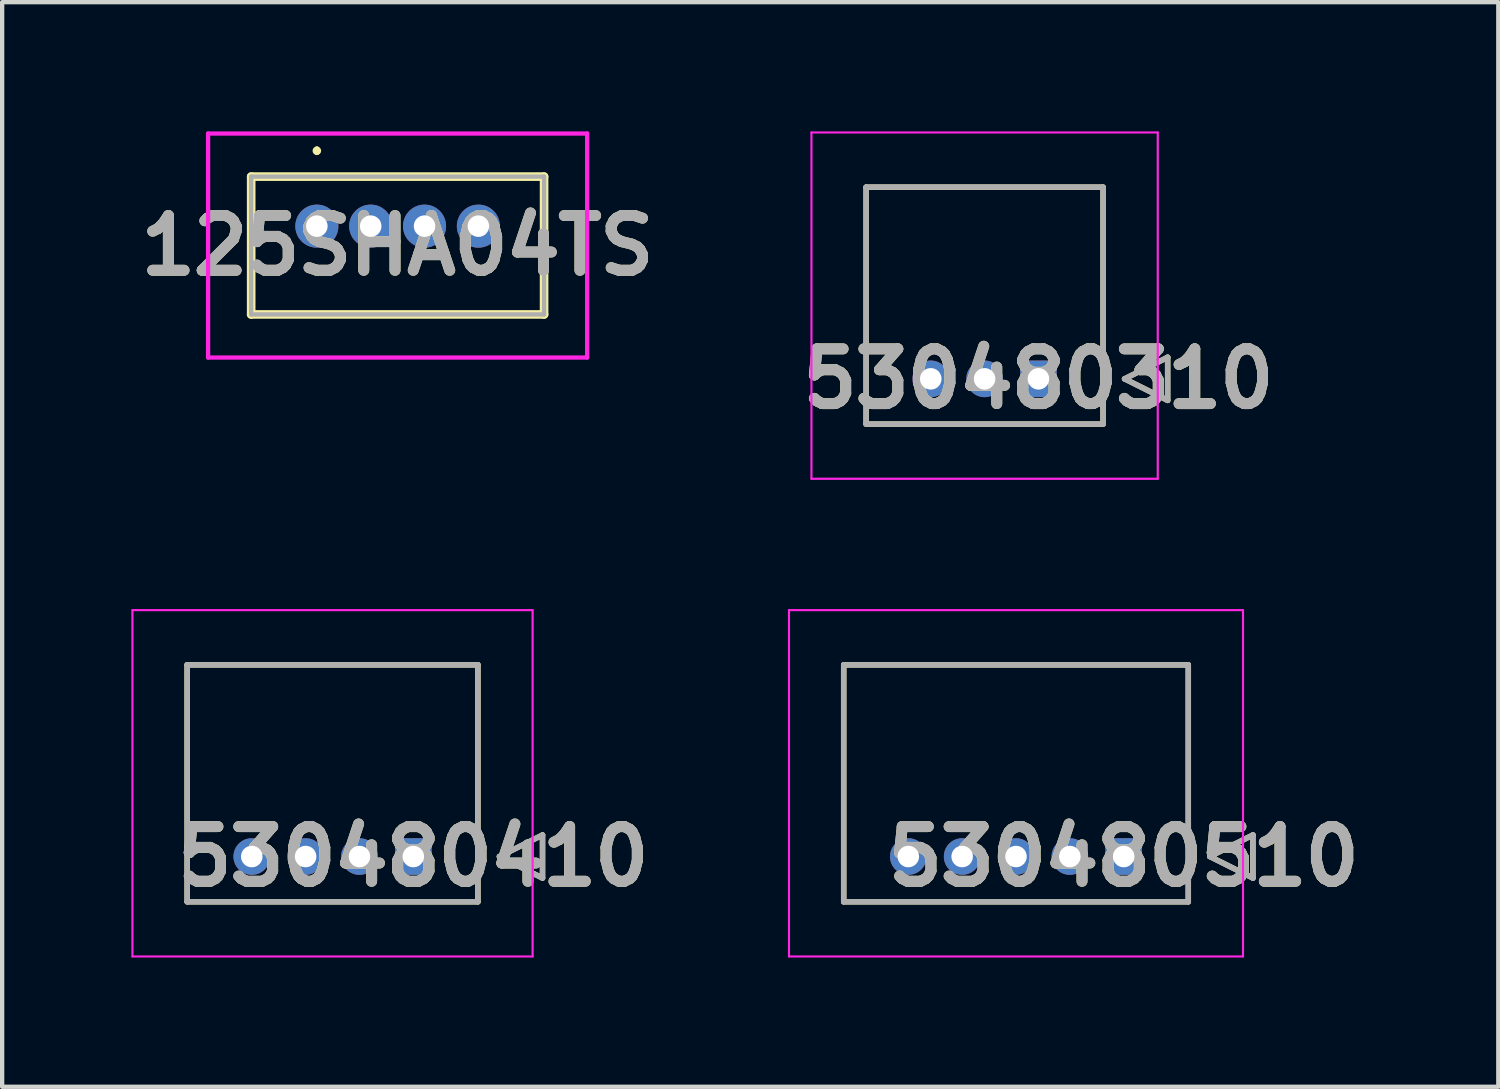
<source format=kicad_pcb>
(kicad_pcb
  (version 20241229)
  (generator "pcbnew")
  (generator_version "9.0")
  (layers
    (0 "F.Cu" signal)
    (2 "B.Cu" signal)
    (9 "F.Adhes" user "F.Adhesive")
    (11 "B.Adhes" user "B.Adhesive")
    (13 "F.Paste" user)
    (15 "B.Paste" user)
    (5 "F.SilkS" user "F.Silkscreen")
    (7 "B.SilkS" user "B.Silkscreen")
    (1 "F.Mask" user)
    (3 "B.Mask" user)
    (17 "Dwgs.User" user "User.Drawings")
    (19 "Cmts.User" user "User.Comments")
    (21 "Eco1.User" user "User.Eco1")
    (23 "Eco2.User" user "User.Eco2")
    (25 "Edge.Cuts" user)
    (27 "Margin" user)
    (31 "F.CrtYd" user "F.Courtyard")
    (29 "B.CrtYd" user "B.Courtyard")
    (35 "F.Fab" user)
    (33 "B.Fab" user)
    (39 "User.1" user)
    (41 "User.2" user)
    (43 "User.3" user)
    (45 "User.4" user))
  (footprint "530480310"
    (layer "F.Cu")
    (at 21.058 5.745)
    (property "Reference" "530480310" (at 0 0 0) (layer "F.SilkS") (effects (font (size 1.27 1.27) (thickness 0.254))))
    (attr through_hole)
    (fp_line (start -4 -4.45) (end 1.5 -4.45) (stroke (width 0.127) (type solid)) (layer "F.SilkS"))
    (fp_line (start -4 1.05) (end -4 -4.45) (stroke (width 0.127) (type solid)) (layer "F.SilkS"))
    (fp_line (start 1.5 -4.45) (end 1.5 1.05) (stroke (width 0.127) (type solid)) (layer "F.SilkS"))
    (fp_line (start 1.5 1.05) (end -4 1.05) (stroke (width 0.127) (type solid)) (layer "F.SilkS"))
    (fp_line (start 2 0) (end 3 -0.5) (stroke (width 0.127) (type solid)) (layer "F.SilkS"))
    (fp_line (start 3 -0.5) (end 3 0.5) (stroke (width 0.127) (type solid)) (layer "F.SilkS"))
    (fp_line (start 3 0.5) (end 2 0) (stroke (width 0.127) (type solid)) (layer "F.SilkS"))
    (fp_line (start -5.27 -5.72) (end 2.77 -5.72) (stroke (width 0.05) (type solid)) (layer "F.CrtYd"))
    (fp_line (start -5.27 2.32) (end -5.27 -5.72) (stroke (width 0.05) (type solid)) (layer "F.CrtYd"))
    (fp_line (start 2.77 -5.72) (end 2.77 2.32) (stroke (width 0.05) (type solid)) (layer "F.CrtYd"))
    (fp_line (start 2.77 2.32) (end -5.27 2.32) (stroke (width 0.05) (type solid)) (layer "F.CrtYd"))
    (fp_line (start -4 -4.45) (end 1.5 -4.45) (stroke (width 0.127) (type solid)) (layer "F.Fab"))
    (fp_line (start -4 1.05) (end -4 -4.45) (stroke (width 0.127) (type solid)) (layer "F.Fab"))
    (fp_line (start 1.5 -4.45) (end 1.5 1.05) (stroke (width 0.127) (type solid)) (layer "F.Fab"))
    (fp_line (start 1.5 1.05) (end -4 1.05) (stroke (width 0.127) (type solid)) (layer "F.Fab"))
    (fp_line (start 2 0) (end 3 -0.5) (stroke (width 0.127) (type solid)) (layer "F.Fab"))
    (fp_line (start 3 -0.5) (end 3 0.5) (stroke (width 0.127) (type solid)) (layer "F.Fab"))
    (fp_line (start 3 0.5) (end 2 0) (stroke (width 0.127) (type solid)) (layer "F.Fab"))
    (fp_text user "${REFERENCE}" (at 0 0 0) (layer "F.Fab") (effects (font (size 1.27 1.27) (thickness 0.254))))
    (pad "1" thru_hole rect (at 0 0) (size 0.85 0.85) (drill 0.5) (layers "*.Cu" "*.Mask"))
    (pad "2" thru_hole circle (at -1.25 0) (size 0.85 0.85) (drill 0.5) (layers "*.Cu" "*.Mask"))
    (pad "3" thru_hole circle (at -2.5 0) (size 0.85 0.85) (drill 0.5) (layers "*.Cu" "*.Mask")))
  (footprint "125SHA04TS"
    (layer "F.Cu")
    (at 4.306 2.2)
    (property "Reference" "125SHA04TS" (at 1.875 0.45 0) (layer "F.SilkS") (effects (font (size 1.27 1.27) (thickness 0.254))))
    (attr through_hole)
    (fp_line (start -1.525 -1.15) (end 5.275 -1.15) (stroke (width 0.2) (type solid)) (layer "F.SilkS"))
    (fp_line (start -1.525 2.05) (end -1.525 -1.15) (stroke (width 0.2) (type solid)) (layer "F.SilkS"))
    (fp_line (start 0 -1.8) (end 0 -1.8) (stroke (width 0.1) (type solid)) (layer "F.SilkS"))
    (fp_line (start 0 -1.7) (end 0 -1.7) (stroke (width 0.1) (type solid)) (layer "F.SilkS"))
    (fp_line (start 5.275 -1.15) (end 5.275 2.05) (stroke (width 0.2) (type solid)) (layer "F.SilkS"))
    (fp_line (start 5.275 2.05) (end -1.525 2.05) (stroke (width 0.2) (type solid)) (layer "F.SilkS"))
    (fp_arc (start 0 -1.8) (mid 0.05 -1.75) (end 0 -1.7) (stroke (width 0.1) (type solid)) (layer "F.SilkS"))
    (fp_arc (start 0 -1.7) (mid -0.05 -1.75) (end 0 -1.8) (stroke (width 0.1) (type solid)) (layer "F.SilkS"))
    (fp_line (start -2.525 -2.15) (end 6.275 -2.15) (stroke (width 0.1) (type solid)) (layer "F.CrtYd"))
    (fp_line (start -2.525 3.05) (end -2.525 -2.15) (stroke (width 0.1) (type solid)) (layer "F.CrtYd"))
    (fp_line (start 6.275 -2.15) (end 6.275 3.05) (stroke (width 0.1) (type solid)) (layer "F.CrtYd"))
    (fp_line (start 6.275 3.05) (end -2.525 3.05) (stroke (width 0.1) (type solid)) (layer "F.CrtYd"))
    (fp_line (start -1.525 -1.15) (end 5.275 -1.15) (stroke (width 0.1) (type solid)) (layer "F.Fab"))
    (fp_line (start -1.525 2.05) (end -1.525 -1.15) (stroke (width 0.1) (type solid)) (layer "F.Fab"))
    (fp_line (start 5.275 -1.15) (end 5.275 2.05) (stroke (width 0.1) (type solid)) (layer "F.Fab"))
    (fp_line (start 5.275 2.05) (end -1.525 2.05) (stroke (width 0.1) (type solid)) (layer "F.Fab"))
    (fp_text user "${REFERENCE}" (at 1.875 0.45 0) (layer "F.Fab") (effects (font (size 1.27 1.27) (thickness 0.254))))
    (pad "1" thru_hole circle (at 0 0) (size 1 1) (drill 0.5) (layers "*.Cu" "*.Mask"))
    (pad "2" thru_hole circle (at 1.25 0) (size 1 1) (drill 0.5) (layers "*.Cu" "*.Mask"))
    (pad "3" thru_hole circle (at 2.5 0) (size 1 1) (drill 0.5) (layers "*.Cu" "*.Mask"))
    (pad "4" thru_hole circle (at 3.75 0) (size 1 1) (drill 0.5) (layers "*.Cu" "*.Mask")))
  (footprint "530480410"
    (layer "F.Cu")
    (at 6.545 16.835)
    (property "Reference" "530480410" (at 0 0 0) (layer "F.SilkS") (effects (font (size 1.27 1.27) (thickness 0.254))))
    (attr through_hole)
    (fp_line (start -5.25 -4.45) (end 1.5 -4.45) (stroke (width 0.127) (type solid)) (layer "F.SilkS"))
    (fp_line (start -5.25 1.05) (end -5.25 -4.45) (stroke (width 0.127) (type solid)) (layer "F.SilkS"))
    (fp_line (start 1.5 -4.45) (end 1.5 1.05) (stroke (width 0.127) (type solid)) (layer "F.SilkS"))
    (fp_line (start 1.5 1.05) (end -5.25 1.05) (stroke (width 0.127) (type solid)) (layer "F.SilkS"))
    (fp_line (start 2 0) (end 3 -0.5) (stroke (width 0.127) (type solid)) (layer "F.SilkS"))
    (fp_line (start 3 -0.5) (end 3 0.5) (stroke (width 0.127) (type solid)) (layer "F.SilkS"))
    (fp_line (start 3 0.5) (end 2 0) (stroke (width 0.127) (type solid)) (layer "F.SilkS"))
    (fp_line (start -6.52 -5.72) (end 2.77 -5.72) (stroke (width 0.05) (type solid)) (layer "F.CrtYd"))
    (fp_line (start -6.52 2.32) (end -6.52 -5.72) (stroke (width 0.05) (type solid)) (layer "F.CrtYd"))
    (fp_line (start 2.77 -5.72) (end 2.77 2.32) (stroke (width 0.05) (type solid)) (layer "F.CrtYd"))
    (fp_line (start 2.77 2.32) (end -6.52 2.32) (stroke (width 0.05) (type solid)) (layer "F.CrtYd"))
    (fp_line (start -5.25 -4.45) (end 1.5 -4.45) (stroke (width 0.127) (type solid)) (layer "F.Fab"))
    (fp_line (start -5.25 1.05) (end -5.25 -4.45) (stroke (width 0.127) (type solid)) (layer "F.Fab"))
    (fp_line (start 1.5 -4.45) (end 1.5 1.05) (stroke (width 0.127) (type solid)) (layer "F.Fab"))
    (fp_line (start 1.5 1.05) (end -5.25 1.05) (stroke (width 0.127) (type solid)) (layer "F.Fab"))
    (fp_line (start 2 0) (end 3 -0.5) (stroke (width 0.127) (type solid)) (layer "F.Fab"))
    (fp_line (start 3 -0.5) (end 3 0.5) (stroke (width 0.127) (type solid)) (layer "F.Fab"))
    (fp_line (start 3 0.5) (end 2 0) (stroke (width 0.127) (type solid)) (layer "F.Fab"))
    (fp_text user "${REFERENCE}" (at 0 0 0) (layer "F.Fab") (effects (font (size 1.27 1.27) (thickness 0.254))))
    (pad "1" thru_hole rect (at 0 0) (size 0.85 0.85) (drill 0.5) (layers "*.Cu" "*.Mask"))
    (pad "2" thru_hole circle (at -1.25 0) (size 0.85 0.85) (drill 0.5) (layers "*.Cu" "*.Mask"))
    (pad "3" thru_hole circle (at -2.5 0) (size 0.85 0.85) (drill 0.5) (layers "*.Cu" "*.Mask"))
    (pad "4" thru_hole circle (at -3.75 0) (size 0.85 0.85) (drill 0.5) (layers "*.Cu" "*.Mask")))
  (footprint "530480510"
    (layer "F.Cu")
    (at 23.037 16.835)
    (property "Reference" "530480510" (at 0 0 0) (layer "F.SilkS") (effects (font (size 1.27 1.27) (thickness 0.254))))
    (attr through_hole)
    (fp_line (start -6.5 -4.45) (end 1.5 -4.45) (stroke (width 0.127) (type solid)) (layer "F.SilkS"))
    (fp_line (start -6.5 1.05) (end -6.5 -4.45) (stroke (width 0.127) (type solid)) (layer "F.SilkS"))
    (fp_line (start 1.5 -4.45) (end 1.5 1.05) (stroke (width 0.127) (type solid)) (layer "F.SilkS"))
    (fp_line (start 1.5 1.05) (end -6.5 1.05) (stroke (width 0.127) (type solid)) (layer "F.SilkS"))
    (fp_line (start 2 0) (end 3 -0.5) (stroke (width 0.127) (type solid)) (layer "F.SilkS"))
    (fp_line (start 3 -0.5) (end 3 0.5) (stroke (width 0.127) (type solid)) (layer "F.SilkS"))
    (fp_line (start 3 0.5) (end 2 0) (stroke (width 0.127) (type solid)) (layer "F.SilkS"))
    (fp_line (start -7.77 -5.72) (end 2.77 -5.72) (stroke (width 0.05) (type solid)) (layer "F.CrtYd"))
    (fp_line (start -7.77 2.32) (end -7.77 -5.72) (stroke (width 0.05) (type solid)) (layer "F.CrtYd"))
    (fp_line (start 2.77 -5.72) (end 2.77 2.32) (stroke (width 0.05) (type solid)) (layer "F.CrtYd"))
    (fp_line (start 2.77 2.32) (end -7.77 2.32) (stroke (width 0.05) (type solid)) (layer "F.CrtYd"))
    (fp_line (start -6.5 -4.45) (end 1.5 -4.45) (stroke (width 0.127) (type solid)) (layer "F.Fab"))
    (fp_line (start -6.5 1.05) (end -6.5 -4.45) (stroke (width 0.127) (type solid)) (layer "F.Fab"))
    (fp_line (start 1.5 -4.45) (end 1.5 1.05) (stroke (width 0.127) (type solid)) (layer "F.Fab"))
    (fp_line (start 1.5 1.05) (end -6.5 1.05) (stroke (width 0.127) (type solid)) (layer "F.Fab"))
    (fp_line (start 2 0) (end 3 -0.5) (stroke (width 0.127) (type solid)) (layer "F.Fab"))
    (fp_line (start 3 -0.5) (end 3 0.5) (stroke (width 0.127) (type solid)) (layer "F.Fab"))
    (fp_line (start 3 0.5) (end 2 0) (stroke (width 0.127) (type solid)) (layer "F.Fab"))
    (fp_text user "${REFERENCE}" (at 0 0 0) (layer "F.Fab") (effects (font (size 1.27 1.27) (thickness 0.254))))
    (pad "1" thru_hole rect (at 0 0) (size 0.85 0.85) (drill 0.5) (layers "*.Cu" "*.Mask"))
    (pad "2" thru_hole circle (at -1.25 0) (size 0.85 0.85) (drill 0.5) (layers "*.Cu" "*.Mask"))
    (pad "3" thru_hole circle (at -2.5 0) (size 0.85 0.85) (drill 0.5) (layers "*.Cu" "*.Mask"))
    (pad "4" thru_hole circle (at -3.75 0) (size 0.85 0.85) (drill 0.5) (layers "*.Cu" "*.Mask"))
    (pad "5" thru_hole circle (at -5 0) (size 0.85 0.85) (drill 0.5) (layers "*.Cu" "*.Mask")))
  (gr_rect
    (start -3 -3)
    (end 31.734 22.18)
    (stroke (width 0.1) (type default))
    (fill no)
    (layer "Edge.Cuts")))
</source>
